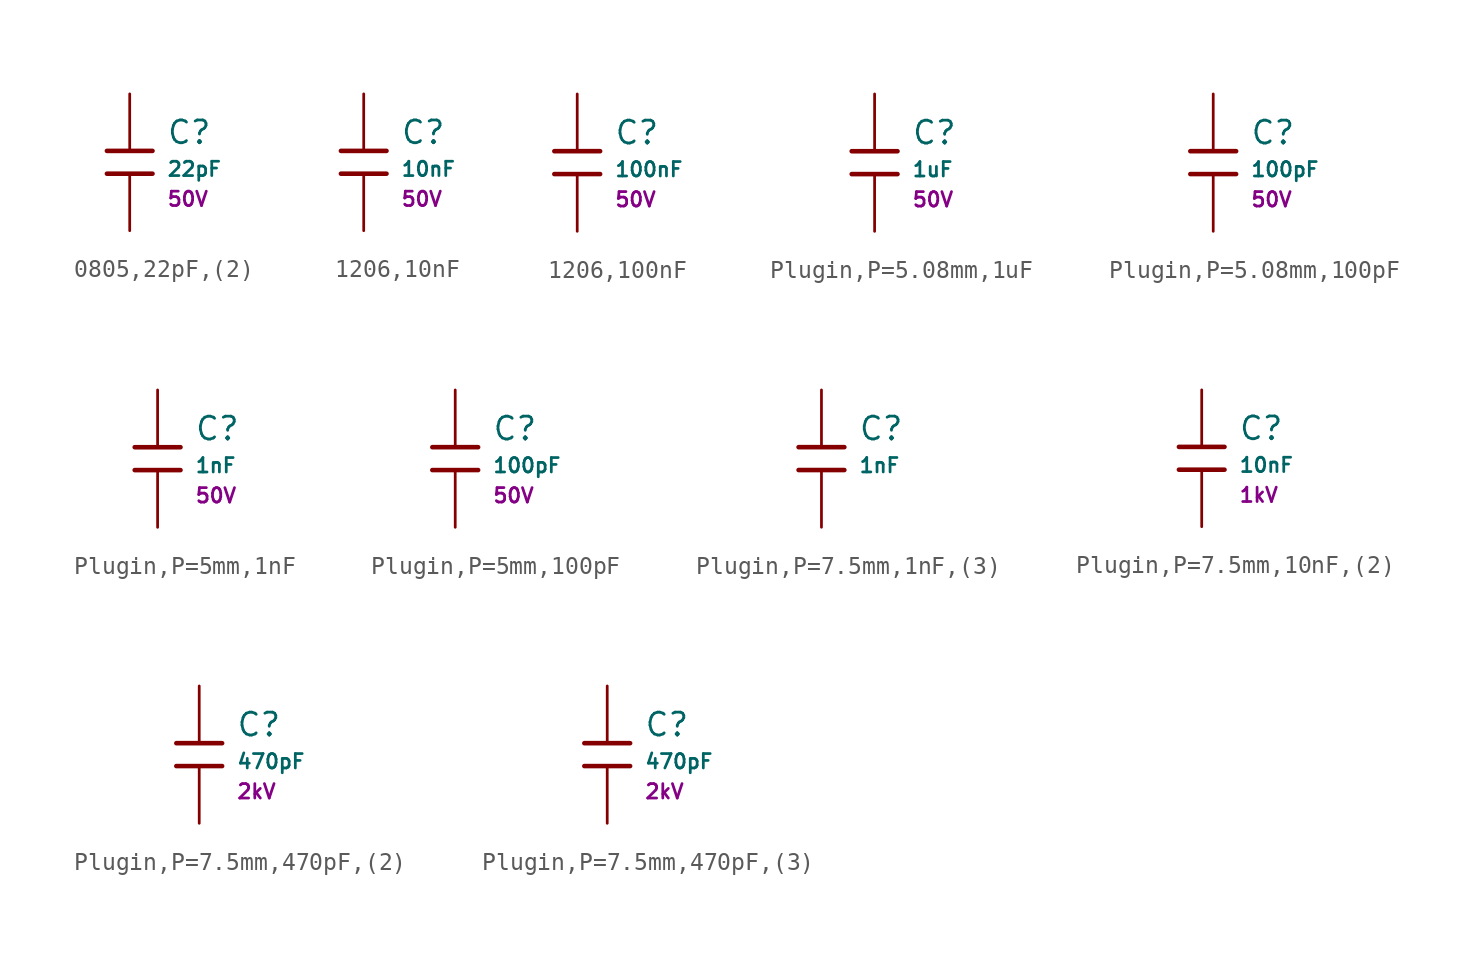
<source format=kicad_sym>
(kicad_symbol_lib
  (version 20231120)
  (generator "CDFER")
  (generator_version "8.0")
  (symbol "0805,22pF,(2)"
    (pin_numbers hide)
    (pin_names
      (offset 0))
    (property "Reference" "C"
      (at 2.032 1.668 0)
      (effects (font (size 1.27 1.27)) (justify left)))
    (property "Value" "22pF"
      (at 2.032 -0.378 0)
      (effects (font (size 0.8 0.8)) (justify left)))
    (property "Voltage Rated" "50V"
      (at 2.032 -2.046 0)
      (effects (font (size 0.8 0.8)) (justify left)))
    (symbol "0805,22pF,(2)_0_1"
      (polyline (pts (xy -1.27 0.635) (xy 1.27 0.635)) (stroke (width 0.254) (type default)) (fill (type none))))
    (symbol "0805,22pF,(2)_0_1"
      (polyline (pts (xy -1.27 -0.635) (xy 1.27 -0.635)) (stroke (width 0.254) (type default)) (fill (type none))))
    (symbol "0805,22pF,(2)_1_1"
      (pin passive line (at 0 3.81 270) (length 3.175) (name "~" (effects (font (size 1.27 1.27)))) (number "1" (effects (font (size 1.27 1.27)))))
      (pin passive line (at 0 -3.81 90) (length 3.175) (name "~" (effects (font (size 1.27 1.27)))) (number "2" (effects (font (size 1.27 1.27)))))))
  (symbol "1206,10nF"
    (pin_numbers hide)
    (pin_names
      (offset 0))
    (property "Reference" "C"
      (at 2.032 1.668 0)
      (effects (font (size 1.27 1.27)) (justify left)))
    (property "Value" "10nF"
      (at 2.032 -0.378 0)
      (effects (font (size 0.8 0.8)) (justify left)))
    (property "Voltage Rated" "50V"
      (at 2.032 -2.046 0)
      (effects (font (size 0.8 0.8)) (justify left)))
    (symbol "1206,10nF_0_1"
      (polyline (pts (xy -1.27 0.635) (xy 1.27 0.635)) (stroke (width 0.254) (type default)) (fill (type none))))
    (symbol "1206,10nF_0_1"
      (polyline (pts (xy -1.27 -0.635) (xy 1.27 -0.635)) (stroke (width 0.254) (type default)) (fill (type none))))
    (symbol "1206,10nF_1_1"
      (pin passive line (at 0 3.81 270) (length 3.175) (name "~" (effects (font (size 1.27 1.27)))) (number "1" (effects (font (size 1.27 1.27)))))
      (pin passive line (at 0 -3.81 90) (length 3.175) (name "~" (effects (font (size 1.27 1.27)))) (number "2" (effects (font (size 1.27 1.27)))))))
  (symbol "1206,100nF"
    (pin_numbers hide)
    (pin_names
      (offset 0))
    (property "Reference" "C"
      (at 2.032 1.668 0)
      (effects (font (size 1.27 1.27)) (justify left)))
    (property "Value" "100nF"
      (at 2.032 -0.378 0)
      (effects (font (size 0.8 0.8)) (justify left)))
    (property "Voltage Rated" "50V"
      (at 2.032 -2.046 0)
      (effects (font (size 0.8 0.8)) (justify left)))
    (symbol "1206,100nF_0_1"
      (polyline (pts (xy -1.27 0.635) (xy 1.27 0.635)) (stroke (width 0.254) (type default)) (fill (type none))))
    (symbol "1206,100nF_0_1"
      (polyline (pts (xy -1.27 -0.635) (xy 1.27 -0.635)) (stroke (width 0.254) (type default)) (fill (type none))))
    (symbol "1206,100nF_1_1"
      (pin passive line (at 0 3.81 270) (length 3.175) (name "~" (effects (font (size 1.27 1.27)))) (number "1" (effects (font (size 1.27 1.27)))))
      (pin passive line (at 0 -3.81 90) (length 3.175) (name "~" (effects (font (size 1.27 1.27)))) (number "2" (effects (font (size 1.27 1.27)))))))
  (symbol "Plugin,P=5.08mm,1uF"
    (pin_numbers hide)
    (pin_names
      (offset 0))
    (property "Reference" "C"
      (at 2.032 1.668 0)
      (effects (font (size 1.27 1.27)) (justify left)))
    (property "Value" "1uF"
      (at 2.032 -0.378 0)
      (effects (font (size 0.8 0.8)) (justify left)))
    (property "Voltage Rated" "50V"
      (at 2.032 -2.046 0)
      (effects (font (size 0.8 0.8)) (justify left)))
    (symbol "Plugin,P=5.08mm,1uF_0_1"
      (polyline (pts (xy -1.27 0.635) (xy 1.27 0.635)) (stroke (width 0.254) (type default)) (fill (type none))))
    (symbol "Plugin,P=5.08mm,1uF_0_1"
      (polyline (pts (xy -1.27 -0.635) (xy 1.27 -0.635)) (stroke (width 0.254) (type default)) (fill (type none))))
    (symbol "Plugin,P=5.08mm,1uF_1_1"
      (pin passive line (at 0 3.81 270) (length 3.175) (name "~" (effects (font (size 1.27 1.27)))) (number "1" (effects (font (size 1.27 1.27)))))
      (pin passive line (at 0 -3.81 90) (length 3.175) (name "~" (effects (font (size 1.27 1.27)))) (number "2" (effects (font (size 1.27 1.27)))))))
  (symbol "Plugin,P=5.08mm,100pF"
    (pin_numbers hide)
    (pin_names
      (offset 0))
    (property "Reference" "C"
      (at 2.032 1.668 0)
      (effects (font (size 1.27 1.27)) (justify left)))
    (property "Value" "100pF"
      (at 2.032 -0.378 0)
      (effects (font (size 0.8 0.8)) (justify left)))
    (property "Voltage Rated" "50V"
      (at 2.032 -2.046 0)
      (effects (font (size 0.8 0.8)) (justify left)))
    (symbol "Plugin,P=5.08mm,100pF_0_1"
      (polyline (pts (xy -1.27 0.635) (xy 1.27 0.635)) (stroke (width 0.254) (type default)) (fill (type none))))
    (symbol "Plugin,P=5.08mm,100pF_0_1"
      (polyline (pts (xy -1.27 -0.635) (xy 1.27 -0.635)) (stroke (width 0.254) (type default)) (fill (type none))))
    (symbol "Plugin,P=5.08mm,100pF_1_1"
      (pin passive line (at 0 3.81 270) (length 3.175) (name "~" (effects (font (size 1.27 1.27)))) (number "1" (effects (font (size 1.27 1.27)))))
      (pin passive line (at 0 -3.81 90) (length 3.175) (name "~" (effects (font (size 1.27 1.27)))) (number "2" (effects (font (size 1.27 1.27)))))))
  (symbol "Plugin,P=5mm,1nF"
    (pin_numbers hide)
    (pin_names
      (offset 0))
    (property "Reference" "C"
      (at 2.032 1.668 0)
      (effects (font (size 1.27 1.27)) (justify left)))
    (property "Value" "1nF"
      (at 2.032 -0.378 0)
      (effects (font (size 0.8 0.8)) (justify left)))
    (property "Voltage Rated" "50V"
      (at 2.032 -2.046 0)
      (effects (font (size 0.8 0.8)) (justify left)))
    (symbol "Plugin,P=5mm,1nF_0_1"
      (polyline (pts (xy -1.27 0.635) (xy 1.27 0.635)) (stroke (width 0.254) (type default)) (fill (type none))))
    (symbol "Plugin,P=5mm,1nF_0_1"
      (polyline (pts (xy -1.27 -0.635) (xy 1.27 -0.635)) (stroke (width 0.254) (type default)) (fill (type none))))
    (symbol "Plugin,P=5mm,1nF_1_1"
      (pin passive line (at 0 3.81 270) (length 3.175) (name "~" (effects (font (size 1.27 1.27)))) (number "1" (effects (font (size 1.27 1.27)))))
      (pin passive line (at 0 -3.81 90) (length 3.175) (name "~" (effects (font (size 1.27 1.27)))) (number "2" (effects (font (size 1.27 1.27)))))))
  (symbol "Plugin,P=5mm,100pF"
    (pin_numbers hide)
    (pin_names
      (offset 0))
    (property "Reference" "C"
      (at 2.032 1.668 0)
      (effects (font (size 1.27 1.27)) (justify left)))
    (property "Value" "100pF"
      (at 2.032 -0.378 0)
      (effects (font (size 0.8 0.8)) (justify left)))
    (property "Voltage Rated" "50V"
      (at 2.032 -2.046 0)
      (effects (font (size 0.8 0.8)) (justify left)))
    (symbol "Plugin,P=5mm,100pF_0_1"
      (polyline (pts (xy -1.27 0.635) (xy 1.27 0.635)) (stroke (width 0.254) (type default)) (fill (type none))))
    (symbol "Plugin,P=5mm,100pF_0_1"
      (polyline (pts (xy -1.27 -0.635) (xy 1.27 -0.635)) (stroke (width 0.254) (type default)) (fill (type none))))
    (symbol "Plugin,P=5mm,100pF_1_1"
      (pin passive line (at 0 3.81 270) (length 3.175) (name "~" (effects (font (size 1.27 1.27)))) (number "1" (effects (font (size 1.27 1.27)))))
      (pin passive line (at 0 -3.81 90) (length 3.175) (name "~" (effects (font (size 1.27 1.27)))) (number "2" (effects (font (size 1.27 1.27)))))))
  (symbol "Plugin,P=7.5mm,1nF,(3)"
    (pin_numbers hide)
    (pin_names
      (offset 0))
    (property "Reference" "C"
      (at 2.032 1.668 0)
      (effects (font (size 1.27 1.27)) (justify left)))
    (property "Value" "1nF"
      (at 2.032 -0.378 0)
      (effects (font (size 0.8 0.8)) (justify left)))
    (symbol "Plugin,P=7.5mm,1nF,(3)_0_1"
      (polyline (pts (xy -1.27 0.635) (xy 1.27 0.635)) (stroke (width 0.254) (type default)) (fill (type none))))
    (symbol "Plugin,P=7.5mm,1nF,(3)_0_1"
      (polyline (pts (xy -1.27 -0.635) (xy 1.27 -0.635)) (stroke (width 0.254) (type default)) (fill (type none))))
    (symbol "Plugin,P=7.5mm,1nF,(3)_1_1"
      (pin passive line (at 0 3.81 270) (length 3.175) (name "~" (effects (font (size 1.27 1.27)))) (number "1" (effects (font (size 1.27 1.27)))))
      (pin passive line (at 0 -3.81 90) (length 3.175) (name "~" (effects (font (size 1.27 1.27)))) (number "2" (effects (font (size 1.27 1.27)))))))
  (symbol "Plugin,P=7.5mm,10nF,(2)"
    (pin_numbers hide)
    (pin_names
      (offset 0))
    (property "Reference" "C"
      (at 2.032 1.668 0)
      (effects (font (size 1.27 1.27)) (justify left)))
    (property "Value" "10nF"
      (at 2.032 -0.378 0)
      (effects (font (size 0.8 0.8)) (justify left)))
    (property "Voltage Rated" "1kV"
      (at 2.032 -2.046 0)
      (effects (font (size 0.8 0.8)) (justify left)))
    (symbol "Plugin,P=7.5mm,10nF,(2)_0_1"
      (polyline (pts (xy -1.27 0.635) (xy 1.27 0.635)) (stroke (width 0.254) (type default)) (fill (type none))))
    (symbol "Plugin,P=7.5mm,10nF,(2)_0_1"
      (polyline (pts (xy -1.27 -0.635) (xy 1.27 -0.635)) (stroke (width 0.254) (type default)) (fill (type none))))
    (symbol "Plugin,P=7.5mm,10nF,(2)_1_1"
      (pin passive line (at 0 3.81 270) (length 3.175) (name "~" (effects (font (size 1.27 1.27)))) (number "1" (effects (font (size 1.27 1.27)))))
      (pin passive line (at 0 -3.81 90) (length 3.175) (name "~" (effects (font (size 1.27 1.27)))) (number "2" (effects (font (size 1.27 1.27)))))))
  (symbol "Plugin,P=7.5mm,470pF,(2)"
    (pin_numbers hide)
    (pin_names
      (offset 0))
    (property "Reference" "C"
      (at 2.032 1.668 0)
      (effects (font (size 1.27 1.27)) (justify left)))
    (property "Value" "470pF"
      (at 2.032 -0.378 0)
      (effects (font (size 0.8 0.8)) (justify left)))
    (property "Voltage Rated" "2kV"
      (at 2.032 -2.046 0)
      (effects (font (size 0.8 0.8)) (justify left)))
    (symbol "Plugin,P=7.5mm,470pF,(2)_0_1"
      (polyline (pts (xy -1.27 0.635) (xy 1.27 0.635)) (stroke (width 0.254) (type default)) (fill (type none))))
    (symbol "Plugin,P=7.5mm,470pF,(2)_0_1"
      (polyline (pts (xy -1.27 -0.635) (xy 1.27 -0.635)) (stroke (width 0.254) (type default)) (fill (type none))))
    (symbol "Plugin,P=7.5mm,470pF,(2)_1_1"
      (pin passive line (at 0 3.81 270) (length 3.175) (name "~" (effects (font (size 1.27 1.27)))) (number "1" (effects (font (size 1.27 1.27)))))
      (pin passive line (at 0 -3.81 90) (length 3.175) (name "~" (effects (font (size 1.27 1.27)))) (number "2" (effects (font (size 1.27 1.27)))))))
  (symbol "Plugin,P=7.5mm,470pF,(3)"
    (pin_numbers hide)
    (pin_names
      (offset 0))
    (property "Reference" "C"
      (at 2.032 1.668 0)
      (effects (font (size 1.27 1.27)) (justify left)))
    (property "Value" "470pF"
      (at 2.032 -0.378 0)
      (effects (font (size 0.8 0.8)) (justify left)))
    (property "Voltage Rated" "2kV"
      (at 2.032 -2.046 0)
      (effects (font (size 0.8 0.8)) (justify left)))
    (symbol "Plugin,P=7.5mm,470pF,(3)_0_1"
      (polyline (pts (xy -1.27 0.635) (xy 1.27 0.635)) (stroke (width 0.254) (type default)) (fill (type none))))
    (symbol "Plugin,P=7.5mm,470pF,(3)_0_1"
      (polyline (pts (xy -1.27 -0.635) (xy 1.27 -0.635)) (stroke (width 0.254) (type default)) (fill (type none))))
    (symbol "Plugin,P=7.5mm,470pF,(3)_1_1"
      (pin passive line (at 0 3.81 270) (length 3.175) (name "~" (effects (font (size 1.27 1.27)))) (number "1" (effects (font (size 1.27 1.27)))))
      (pin passive line (at 0 -3.81 90) (length 3.175) (name "~" (effects (font (size 1.27 1.27)))) (number "2" (effects (font (size 1.27 1.27))))))))
</source>
